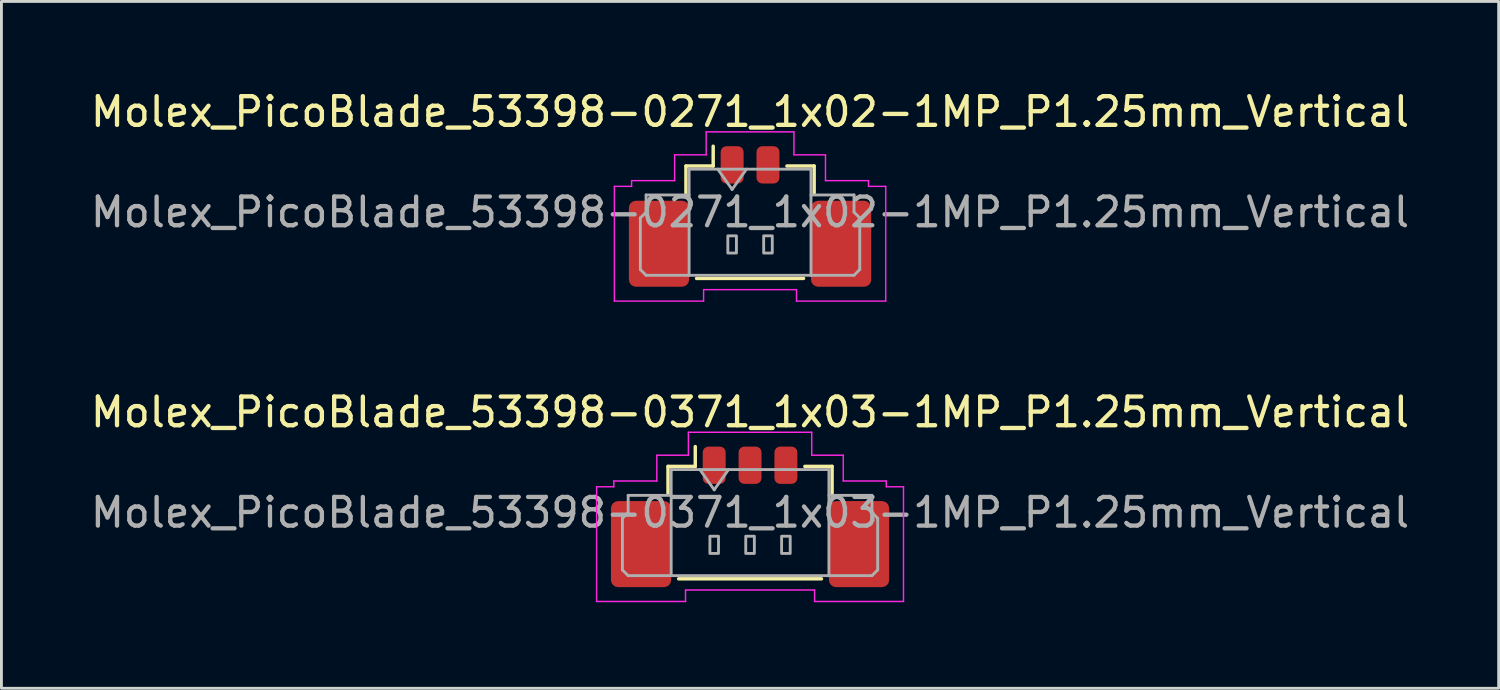
<source format=kicad_pcb>
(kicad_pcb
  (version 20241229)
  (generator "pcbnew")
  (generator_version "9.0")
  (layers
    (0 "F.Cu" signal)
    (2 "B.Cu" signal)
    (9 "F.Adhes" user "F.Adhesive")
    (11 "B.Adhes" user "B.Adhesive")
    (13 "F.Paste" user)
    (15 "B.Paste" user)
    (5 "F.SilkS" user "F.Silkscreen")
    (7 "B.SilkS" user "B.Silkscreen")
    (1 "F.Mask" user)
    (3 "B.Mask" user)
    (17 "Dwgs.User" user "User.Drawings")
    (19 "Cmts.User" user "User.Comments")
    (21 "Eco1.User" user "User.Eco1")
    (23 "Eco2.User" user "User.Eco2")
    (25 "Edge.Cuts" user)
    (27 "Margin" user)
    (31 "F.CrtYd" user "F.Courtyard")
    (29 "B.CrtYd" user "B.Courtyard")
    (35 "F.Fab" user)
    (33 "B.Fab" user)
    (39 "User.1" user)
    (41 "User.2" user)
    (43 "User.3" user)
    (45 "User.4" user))
  (footprint "Molex_PicoBlade_53398-0271_1x02-1MP_P1.25mm_Vertical"
    (layer "F.Cu")
    (at 23.101 3.948)
    (property "Reference" "Molex_PicoBlade_53398-0271_1x02-1MP_P1.25mm_Vertical" (at 0 -3.1 0) (layer "F.SilkS") (effects (font (size 1 1) (thickness 0.15))))
    (attr smd)
    (fp_line (start -2.235 -1.21) (end -1.285 -1.21) (stroke (width 0.12) (type solid)) (layer "F.SilkS"))
    (fp_line (start -2.235 -0.26) (end -2.235 -1.21) (stroke (width 0.12) (type solid)) (layer "F.SilkS"))
    (fp_line (start -1.865 2.71) (end 1.865 2.71) (stroke (width 0.12) (type solid)) (layer "F.SilkS"))
    (fp_line (start -1.285 -1.21) (end -1.285 -1.9) (stroke (width 0.12) (type solid)) (layer "F.SilkS"))
    (fp_line (start 2.235 -1.21) (end 1.285 -1.21) (stroke (width 0.12) (type solid)) (layer "F.SilkS"))
    (fp_line (start 2.235 -0.26) (end 2.235 -1.21) (stroke (width 0.12) (type solid)) (layer "F.SilkS"))
    (fp_line (start -4.73 -0.5) (end -4.13 -0.5) (stroke (width 0.05) (type solid)) (layer "F.CrtYd"))
    (fp_line (start -4.73 3.5) (end -4.73 -0.5) (stroke (width 0.05) (type solid)) (layer "F.CrtYd"))
    (fp_line (start -4.13 -0.7) (end -2.63 -0.7) (stroke (width 0.05) (type solid)) (layer "F.CrtYd"))
    (fp_line (start -4.13 -0.5) (end -4.13 -0.7) (stroke (width 0.05) (type solid)) (layer "F.CrtYd"))
    (fp_line (start -2.63 -1.6) (end -1.53 -1.6) (stroke (width 0.05) (type solid)) (layer "F.CrtYd"))
    (fp_line (start -2.63 -0.7) (end -2.63 -1.6) (stroke (width 0.05) (type solid)) (layer "F.CrtYd"))
    (fp_line (start -1.62 3.1) (end -1.62 3.5) (stroke (width 0.05) (type solid)) (layer "F.CrtYd"))
    (fp_line (start -1.62 3.5) (end -4.73 3.5) (stroke (width 0.05) (type solid)) (layer "F.CrtYd"))
    (fp_line (start -1.53 -2.4) (end 1.53 -2.4) (stroke (width 0.05) (type solid)) (layer "F.CrtYd"))
    (fp_line (start -1.53 -1.6) (end -1.53 -2.4) (stroke (width 0.05) (type solid)) (layer "F.CrtYd"))
    (fp_line (start 1.53 -2.4) (end 1.53 -1.6) (stroke (width 0.05) (type solid)) (layer "F.CrtYd"))
    (fp_line (start 1.53 -1.6) (end 2.63 -1.6) (stroke (width 0.05) (type solid)) (layer "F.CrtYd"))
    (fp_line (start 1.62 3.1) (end -1.62 3.1) (stroke (width 0.05) (type solid)) (layer "F.CrtYd"))
    (fp_line (start 1.62 3.5) (end 1.62 3.1) (stroke (width 0.05) (type solid)) (layer "F.CrtYd"))
    (fp_line (start 2.63 -1.6) (end 2.63 -0.7) (stroke (width 0.05) (type solid)) (layer "F.CrtYd"))
    (fp_line (start 2.63 -0.7) (end 4.13 -0.7) (stroke (width 0.05) (type solid)) (layer "F.CrtYd"))
    (fp_line (start 4.13 -0.7) (end 4.13 -0.5) (stroke (width 0.05) (type solid)) (layer "F.CrtYd"))
    (fp_line (start 4.13 -0.5) (end 4.73 -0.5) (stroke (width 0.05) (type solid)) (layer "F.CrtYd"))
    (fp_line (start 4.73 -0.5) (end 4.73 3.5) (stroke (width 0.05) (type solid)) (layer "F.CrtYd"))
    (fp_line (start 4.73 3.5) (end 1.62 3.5) (stroke (width 0.05) (type solid)) (layer "F.CrtYd"))
    (fp_line (start -3.825 0.6) (end -3.625 0.4) (stroke (width 0.1) (type solid)) (layer "F.Fab"))
    (fp_line (start -3.825 2.4) (end -3.825 0.6) (stroke (width 0.1) (type solid)) (layer "F.Fab"))
    (fp_line (start -3.625 -0.2) (end -2.125 -0.2) (stroke (width 0.1) (type solid)) (layer "F.Fab"))
    (fp_line (start -3.625 0.4) (end -3.625 -0.2) (stroke (width 0.1) (type solid)) (layer "F.Fab"))
    (fp_line (start -3.625 2.6) (end -3.825 2.4) (stroke (width 0.1) (type solid)) (layer "F.Fab"))
    (fp_line (start -2.125 -1.1) (end -2.125 2.6) (stroke (width 0.1) (type solid)) (layer "F.Fab"))
    (fp_line (start -2.125 -1.1) (end 2.125 -1.1) (stroke (width 0.1) (type solid)) (layer "F.Fab"))
    (fp_line (start -2.125 2.6) (end -3.625 2.6) (stroke (width 0.1) (type solid)) (layer "F.Fab"))
    (fp_line (start -2.125 2.6) (end 2.125 2.6) (stroke (width 0.1) (type solid)) (layer "F.Fab"))
    (fp_line (start -1.125 -1.1) (end -0.625 -0.393) (stroke (width 0.1) (type solid)) (layer "F.Fab"))
    (fp_line (start -0.625 -0.393) (end -0.125 -1.1) (stroke (width 0.1) (type solid)) (layer "F.Fab"))
    (fp_line (start 2.125 -1.1) (end 2.125 2.6) (stroke (width 0.1) (type solid)) (layer "F.Fab"))
    (fp_line (start 2.125 2.6) (end 3.625 2.6) (stroke (width 0.1) (type solid)) (layer "F.Fab"))
    (fp_line (start 3.625 -0.2) (end 2.125 -0.2) (stroke (width 0.1) (type solid)) (layer "F.Fab"))
    (fp_line (start 3.625 0.4) (end 3.625 -0.2) (stroke (width 0.1) (type solid)) (layer "F.Fab"))
    (fp_line (start 3.625 2.6) (end 3.825 2.4) (stroke (width 0.1) (type solid)) (layer "F.Fab"))
    (fp_line (start 3.825 0.6) (end 3.625 0.4) (stroke (width 0.1) (type solid)) (layer "F.Fab"))
    (fp_line (start 3.825 2.4) (end 3.825 0.6) (stroke (width 0.1) (type solid)) (layer "F.Fab"))
    (fp_rect (start -0.775 1.225) (end -0.475 1.825) (stroke (width 0.1) (type solid)) (fill no) (layer "F.Fab"))
    (fp_rect (start 0.475 1.225) (end 0.775 1.825) (stroke (width 0.1) (type solid)) (fill no) (layer "F.Fab"))
    (fp_text user "${REFERENCE}" (at 0 0.4 0) (layer "F.Fab") (effects (font (size 1 1) (thickness 0.15))))
    (pad "1" smd roundrect (at -0.625 -1.25) (size 0.8 1.3) (layers "F.Cu" "F.Mask" "F.Paste") (roundrect_rratio 0.25))
    (pad "2" smd roundrect (at 0.625 -1.25) (size 0.8 1.3) (layers "F.Cu" "F.Mask" "F.Paste") (roundrect_rratio 0.25))
    (pad "MP" smd roundrect (at -3.175 1.5) (size 2.1 3) (layers "F.Cu" "F.Mask" "F.Paste") (roundrect_rratio 0.119))
    (pad "MP" smd roundrect (at 3.175 1.5) (size 2.1 3) (layers "F.Cu" "F.Mask" "F.Paste") (roundrect_rratio 0.119)))
  (footprint "Molex_PicoBlade_53398-0371_1x03-1MP_P1.25mm_Vertical"
    (layer "F.Cu")
    (at 23.101 14.421)
    (property "Reference" "Molex_PicoBlade_53398-0371_1x03-1MP_P1.25mm_Vertical" (at 0 -3.1 0) (layer "F.SilkS") (effects (font (size 1 1) (thickness 0.15))))
    (attr smd)
    (fp_line (start -2.86 -1.21) (end -1.91 -1.21) (stroke (width 0.12) (type solid)) (layer "F.SilkS"))
    (fp_line (start -2.86 -0.26) (end -2.86 -1.21) (stroke (width 0.12) (type solid)) (layer "F.SilkS"))
    (fp_line (start -2.49 2.71) (end 2.49 2.71) (stroke (width 0.12) (type solid)) (layer "F.SilkS"))
    (fp_line (start -1.91 -1.21) (end -1.91 -1.9) (stroke (width 0.12) (type solid)) (layer "F.SilkS"))
    (fp_line (start 2.86 -1.21) (end 1.91 -1.21) (stroke (width 0.12) (type solid)) (layer "F.SilkS"))
    (fp_line (start 2.86 -0.26) (end 2.86 -1.21) (stroke (width 0.12) (type solid)) (layer "F.SilkS"))
    (fp_line (start -5.35 -0.5) (end -4.75 -0.5) (stroke (width 0.05) (type solid)) (layer "F.CrtYd"))
    (fp_line (start -5.35 3.5) (end -5.35 -0.5) (stroke (width 0.05) (type solid)) (layer "F.CrtYd"))
    (fp_line (start -4.75 -0.7) (end -3.25 -0.7) (stroke (width 0.05) (type solid)) (layer "F.CrtYd"))
    (fp_line (start -4.75 -0.5) (end -4.75 -0.7) (stroke (width 0.05) (type solid)) (layer "F.CrtYd"))
    (fp_line (start -3.25 -1.6) (end -2.15 -1.6) (stroke (width 0.05) (type solid)) (layer "F.CrtYd"))
    (fp_line (start -3.25 -0.7) (end -3.25 -1.6) (stroke (width 0.05) (type solid)) (layer "F.CrtYd"))
    (fp_line (start -2.25 3.1) (end -2.25 3.5) (stroke (width 0.05) (type solid)) (layer "F.CrtYd"))
    (fp_line (start -2.25 3.5) (end -5.35 3.5) (stroke (width 0.05) (type solid)) (layer "F.CrtYd"))
    (fp_line (start -2.15 -2.4) (end 2.15 -2.4) (stroke (width 0.05) (type solid)) (layer "F.CrtYd"))
    (fp_line (start -2.15 -1.6) (end -2.15 -2.4) (stroke (width 0.05) (type solid)) (layer "F.CrtYd"))
    (fp_line (start 2.15 -2.4) (end 2.15 -1.6) (stroke (width 0.05) (type solid)) (layer "F.CrtYd"))
    (fp_line (start 2.15 -1.6) (end 3.25 -1.6) (stroke (width 0.05) (type solid)) (layer "F.CrtYd"))
    (fp_line (start 2.25 3.1) (end -2.25 3.1) (stroke (width 0.05) (type solid)) (layer "F.CrtYd"))
    (fp_line (start 2.25 3.5) (end 2.25 3.1) (stroke (width 0.05) (type solid)) (layer "F.CrtYd"))
    (fp_line (start 3.25 -1.6) (end 3.25 -0.7) (stroke (width 0.05) (type solid)) (layer "F.CrtYd"))
    (fp_line (start 3.25 -0.7) (end 4.75 -0.7) (stroke (width 0.05) (type solid)) (layer "F.CrtYd"))
    (fp_line (start 4.75 -0.7) (end 4.75 -0.5) (stroke (width 0.05) (type solid)) (layer "F.CrtYd"))
    (fp_line (start 4.75 -0.5) (end 5.35 -0.5) (stroke (width 0.05) (type solid)) (layer "F.CrtYd"))
    (fp_line (start 5.35 -0.5) (end 5.35 3.5) (stroke (width 0.05) (type solid)) (layer "F.CrtYd"))
    (fp_line (start 5.35 3.5) (end 2.25 3.5) (stroke (width 0.05) (type solid)) (layer "F.CrtYd"))
    (fp_line (start -4.45 0.6) (end -4.25 0.4) (stroke (width 0.1) (type solid)) (layer "F.Fab"))
    (fp_line (start -4.45 2.4) (end -4.45 0.6) (stroke (width 0.1) (type solid)) (layer "F.Fab"))
    (fp_line (start -4.25 -0.2) (end -2.75 -0.2) (stroke (width 0.1) (type solid)) (layer "F.Fab"))
    (fp_line (start -4.25 0.4) (end -4.25 -0.2) (stroke (width 0.1) (type solid)) (layer "F.Fab"))
    (fp_line (start -4.25 2.6) (end -4.45 2.4) (stroke (width 0.1) (type solid)) (layer "F.Fab"))
    (fp_line (start -2.75 -1.1) (end -2.75 2.6) (stroke (width 0.1) (type solid)) (layer "F.Fab"))
    (fp_line (start -2.75 -1.1) (end 2.75 -1.1) (stroke (width 0.1) (type solid)) (layer "F.Fab"))
    (fp_line (start -2.75 2.6) (end -4.25 2.6) (stroke (width 0.1) (type solid)) (layer "F.Fab"))
    (fp_line (start -2.75 2.6) (end 2.75 2.6) (stroke (width 0.1) (type solid)) (layer "F.Fab"))
    (fp_line (start -1.75 -1.1) (end -1.25 -0.393) (stroke (width 0.1) (type solid)) (layer "F.Fab"))
    (fp_line (start -1.25 -0.393) (end -0.75 -1.1) (stroke (width 0.1) (type solid)) (layer "F.Fab"))
    (fp_line (start 2.75 -1.1) (end 2.75 2.6) (stroke (width 0.1) (type solid)) (layer "F.Fab"))
    (fp_line (start 2.75 2.6) (end 4.25 2.6) (stroke (width 0.1) (type solid)) (layer "F.Fab"))
    (fp_line (start 4.25 -0.2) (end 2.75 -0.2) (stroke (width 0.1) (type solid)) (layer "F.Fab"))
    (fp_line (start 4.25 0.4) (end 4.25 -0.2) (stroke (width 0.1) (type solid)) (layer "F.Fab"))
    (fp_line (start 4.25 2.6) (end 4.45 2.4) (stroke (width 0.1) (type solid)) (layer "F.Fab"))
    (fp_line (start 4.45 0.6) (end 4.25 0.4) (stroke (width 0.1) (type solid)) (layer "F.Fab"))
    (fp_line (start 4.45 2.4) (end 4.45 0.6) (stroke (width 0.1) (type solid)) (layer "F.Fab"))
    (fp_rect (start -1.4 1.225) (end -1.1 1.825) (stroke (width 0.1) (type solid)) (fill no) (layer "F.Fab"))
    (fp_rect (start -0.15 1.225) (end 0.15 1.825) (stroke (width 0.1) (type solid)) (fill no) (layer "F.Fab"))
    (fp_rect (start 1.1 1.225) (end 1.4 1.825) (stroke (width 0.1) (type solid)) (fill no) (layer "F.Fab"))
    (fp_text user "${REFERENCE}" (at 0 0.4 0) (layer "F.Fab") (effects (font (size 1 1) (thickness 0.15))))
    (pad "1" smd roundrect (at -1.25 -1.25) (size 0.8 1.3) (layers "F.Cu" "F.Mask" "F.Paste") (roundrect_rratio 0.25))
    (pad "2" smd roundrect (at 0 -1.25) (size 0.8 1.3) (layers "F.Cu" "F.Mask" "F.Paste") (roundrect_rratio 0.25))
    (pad "3" smd roundrect (at 1.25 -1.25) (size 0.8 1.3) (layers "F.Cu" "F.Mask" "F.Paste") (roundrect_rratio 0.25))
    (pad "MP" smd roundrect (at -3.8 1.5) (size 2.1 3) (layers "F.Cu" "F.Mask" "F.Paste") (roundrect_rratio 0.119))
    (pad "MP" smd roundrect (at 3.8 1.5) (size 2.1 3) (layers "F.Cu" "F.Mask" "F.Paste") (roundrect_rratio 0.119)))
  (gr_rect
    (start -3 -3)
    (end 49.202 20.947)
    (stroke (width 0.1) (type default))
    (fill no)
    (layer "Edge.Cuts")))
</source>
